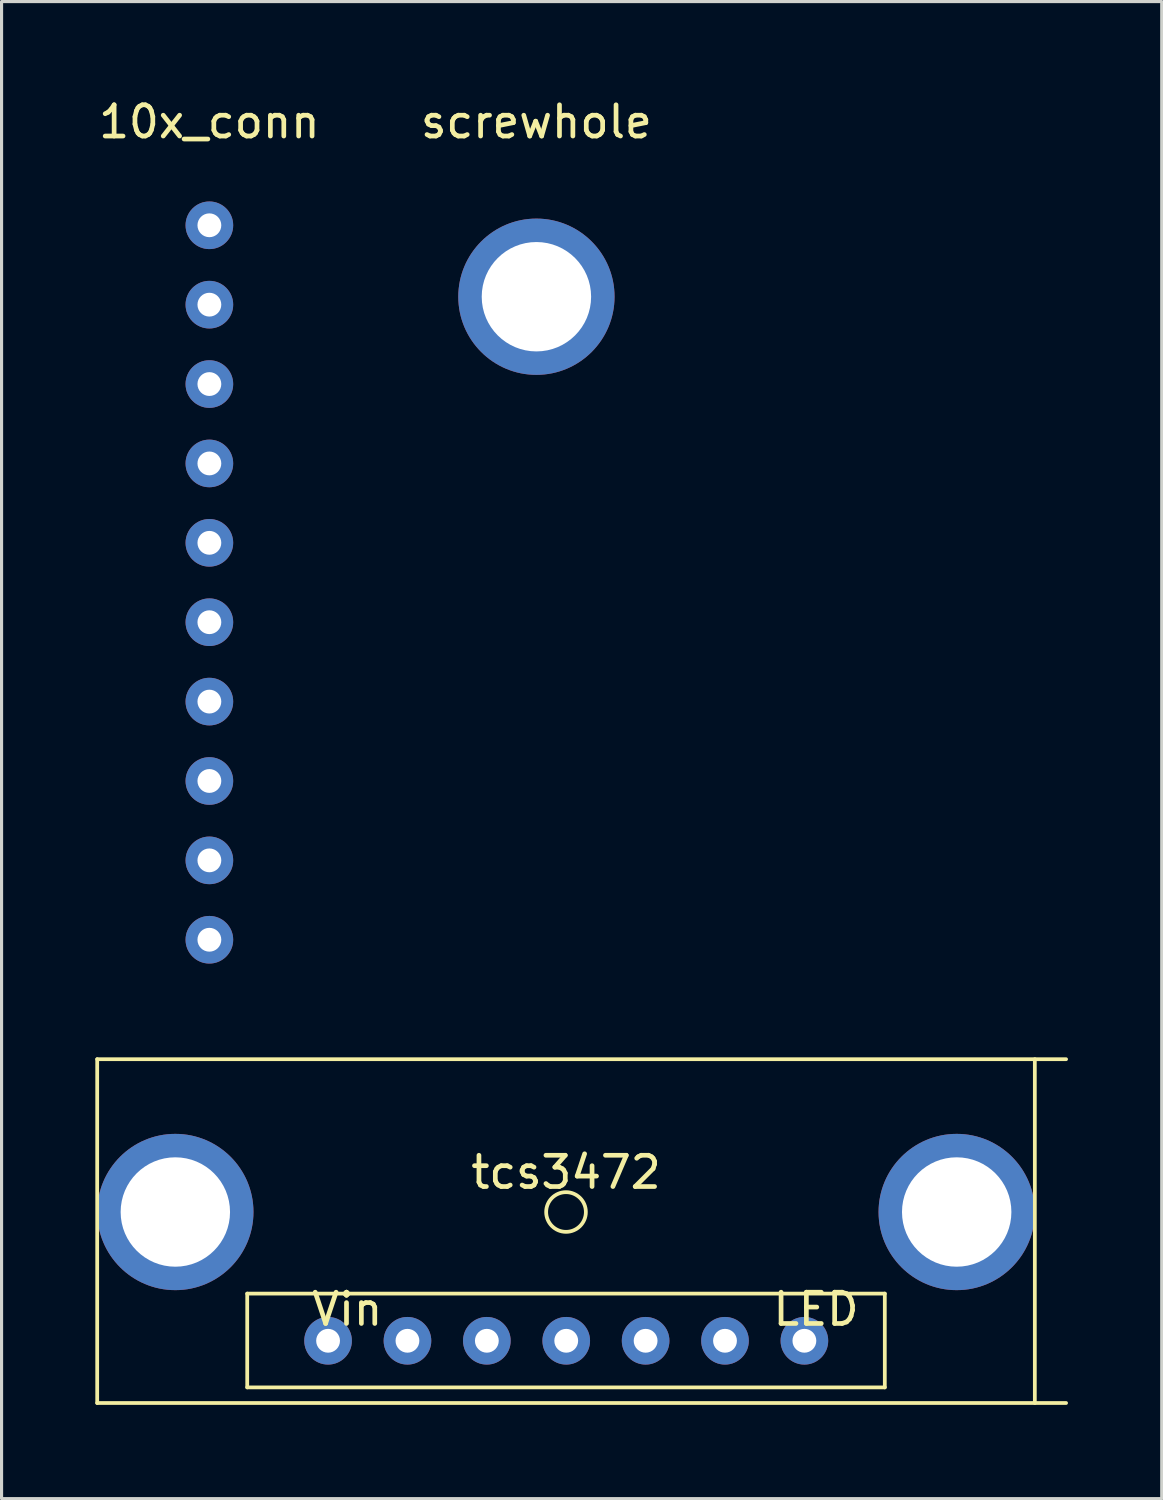
<source format=kicad_pcb>
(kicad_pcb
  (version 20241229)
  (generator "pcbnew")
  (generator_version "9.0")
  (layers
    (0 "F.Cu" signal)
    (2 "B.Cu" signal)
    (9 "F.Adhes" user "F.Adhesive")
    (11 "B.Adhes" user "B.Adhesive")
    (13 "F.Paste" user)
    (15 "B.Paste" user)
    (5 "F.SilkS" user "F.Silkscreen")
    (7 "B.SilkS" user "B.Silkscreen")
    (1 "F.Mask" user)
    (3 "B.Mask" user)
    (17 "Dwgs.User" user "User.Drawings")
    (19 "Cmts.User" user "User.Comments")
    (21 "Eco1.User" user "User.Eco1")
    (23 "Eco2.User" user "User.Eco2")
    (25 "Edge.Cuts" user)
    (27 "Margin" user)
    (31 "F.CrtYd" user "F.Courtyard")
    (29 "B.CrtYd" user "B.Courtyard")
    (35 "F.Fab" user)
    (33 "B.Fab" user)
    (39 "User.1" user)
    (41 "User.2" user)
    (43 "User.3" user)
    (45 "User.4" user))
  (footprint "tcs3472"
    (layer "F.Cu")
    (at 15.06 35.729)
    (property "Reference" "tcs3472" (at 0 -1.27 0) (layer "F.SilkS") (effects (font (size 1 1) (thickness 0.15))))
    (attr through_hole)
    (fp_line (start -15 -4.889) (end 16 -4.889) (stroke (width 0.12) (type solid)) (layer "F.SilkS"))
    (fp_line (start -15 6.111) (end -15 -4.889) (stroke (width 0.12) (type solid)) (layer "F.SilkS"))
    (fp_line (start -10.2 5.611) (end -10.2 2.611) (stroke (width 0.12) (type solid)) (layer "F.SilkS"))
    (fp_line (start 10.2 2.611) (end -10.2 2.611) (stroke (width 0.12) (type solid)) (layer "F.SilkS"))
    (fp_line (start 10.2 2.611) (end 10.2 5.611) (stroke (width 0.12) (type solid)) (layer "F.SilkS"))
    (fp_line (start 10.2 5.611) (end -10.2 5.611) (stroke (width 0.12) (type solid)) (layer "F.SilkS"))
    (fp_line (start 15 -4.889) (end 15 6.111) (stroke (width 0.12) (type solid)) (layer "F.SilkS"))
    (fp_line (start 16 6.111) (end -15 6.111) (stroke (width 0.12) (type solid)) (layer "F.SilkS"))
    (fp_circle (center 0 0) (end 0.635 0) (stroke (width 0.12) (type solid)) (fill no) (layer "F.SilkS"))
    (fp_text user "LED" (at 8 3.111 0) (layer "F.SilkS") (effects (font (size 1 1) (thickness 0.15))))
    (fp_text user "Vin" (at -7 3.111 0) (layer "F.SilkS") (effects (font (size 1 1) (thickness 0.15))))
    (pad "0" thru_hole circle (at 2.547 4.12) (size 1.524 1.524) (drill 0.762) (layers "*.Cu" "*.Mask"))
    (pad "1" thru_hole circle (at 0.007 4.12) (size 1.524 1.524) (drill 0.762) (layers "*.Cu" "*.Mask"))
    (pad "2" thru_hole circle (at -2.533 4.12) (size 1.524 1.524) (drill 0.762) (layers "*.Cu" "*.Mask"))
    (pad "3" thru_hole circle (at -5.073 4.12) (size 1.524 1.524) (drill 0.762) (layers "*.Cu" "*.Mask"))
    (pad "4" thru_hole circle (at 7.627 4.12) (size 1.524 1.524) (drill 0.762) (layers "*.Cu" "*.Mask"))
    (pad "5" thru_hole circle (at 5.087 4.12) (size 1.524 1.524) (drill 0.762) (layers "*.Cu" "*.Mask"))
    (pad "6" thru_hole circle (at -7.613 4.12) (size 1.524 1.524) (drill 0.762) (layers "*.Cu" "*.Mask"))
    (pad "7" thru_hole circle (at -12.5 0) (size 5 5) (drill 3.5) (layers "*.Cu" "*.Mask"))
    (pad "7" thru_hole circle (at 12.5 0) (size 5 5) (drill 3.5) (layers "*.Cu" "*.Mask")))
  (footprint "screwhole"
    (layer "F.Cu")
    (at 14.113 6.444)
    (property "Reference" "screwhole" (at 0 -5.596 0) (layer "F.SilkS") (effects (font (size 1 1) (thickness 0.15))))
    (attr through_hole)
    (pad "1" thru_hole circle (at 0 0) (size 5 5) (drill 3.5) (layers "*.Cu" "*.Mask")))
  (footprint "10x_conn"
    (layer "F.Cu")
    (at 3.649 6.698)
    (property "Reference" "10x_conn" (at 0 -5.85 0) (layer "F.SilkS") (effects (font (size 1 1) (thickness 0.15))))
    (attr through_hole)
    (pad "1" thru_hole circle (at 0 -2.54) (size 1.524 1.524) (drill 0.762) (layers "*.Cu" "*.Mask"))
    (pad "2" thru_hole circle (at 0 0) (size 1.524 1.524) (drill 0.762) (layers "*.Cu" "*.Mask"))
    (pad "3" thru_hole circle (at 0 2.54) (size 1.524 1.524) (drill 0.762) (layers "*.Cu" "*.Mask"))
    (pad "4" thru_hole circle (at 0 5.08) (size 1.524 1.524) (drill 0.762) (layers "*.Cu" "*.Mask"))
    (pad "5" thru_hole circle (at 0 7.62) (size 1.524 1.524) (drill 0.762) (layers "*.Cu" "*.Mask"))
    (pad "6" thru_hole circle (at 0 10.16) (size 1.524 1.524) (drill 0.762) (layers "*.Cu" "*.Mask"))
    (pad "7" thru_hole circle (at 0 12.7) (size 1.524 1.524) (drill 0.762) (layers "*.Cu" "*.Mask"))
    (pad "8" thru_hole circle (at 0 15.24) (size 1.524 1.524) (drill 0.762) (layers "*.Cu" "*.Mask"))
    (pad "9" thru_hole circle (at 0 17.78) (size 1.524 1.524) (drill 0.762) (layers "*.Cu" "*.Mask"))
    (pad "10" thru_hole circle (at 0 20.32) (size 1.524 1.524) (drill 0.762) (layers "*.Cu" "*.Mask")))
  (gr_rect
    (start -3 -3)
    (end 34.12 44.9)
    (stroke (width 0.1) (type default))
    (fill no)
    (layer "Edge.Cuts")))
</source>
